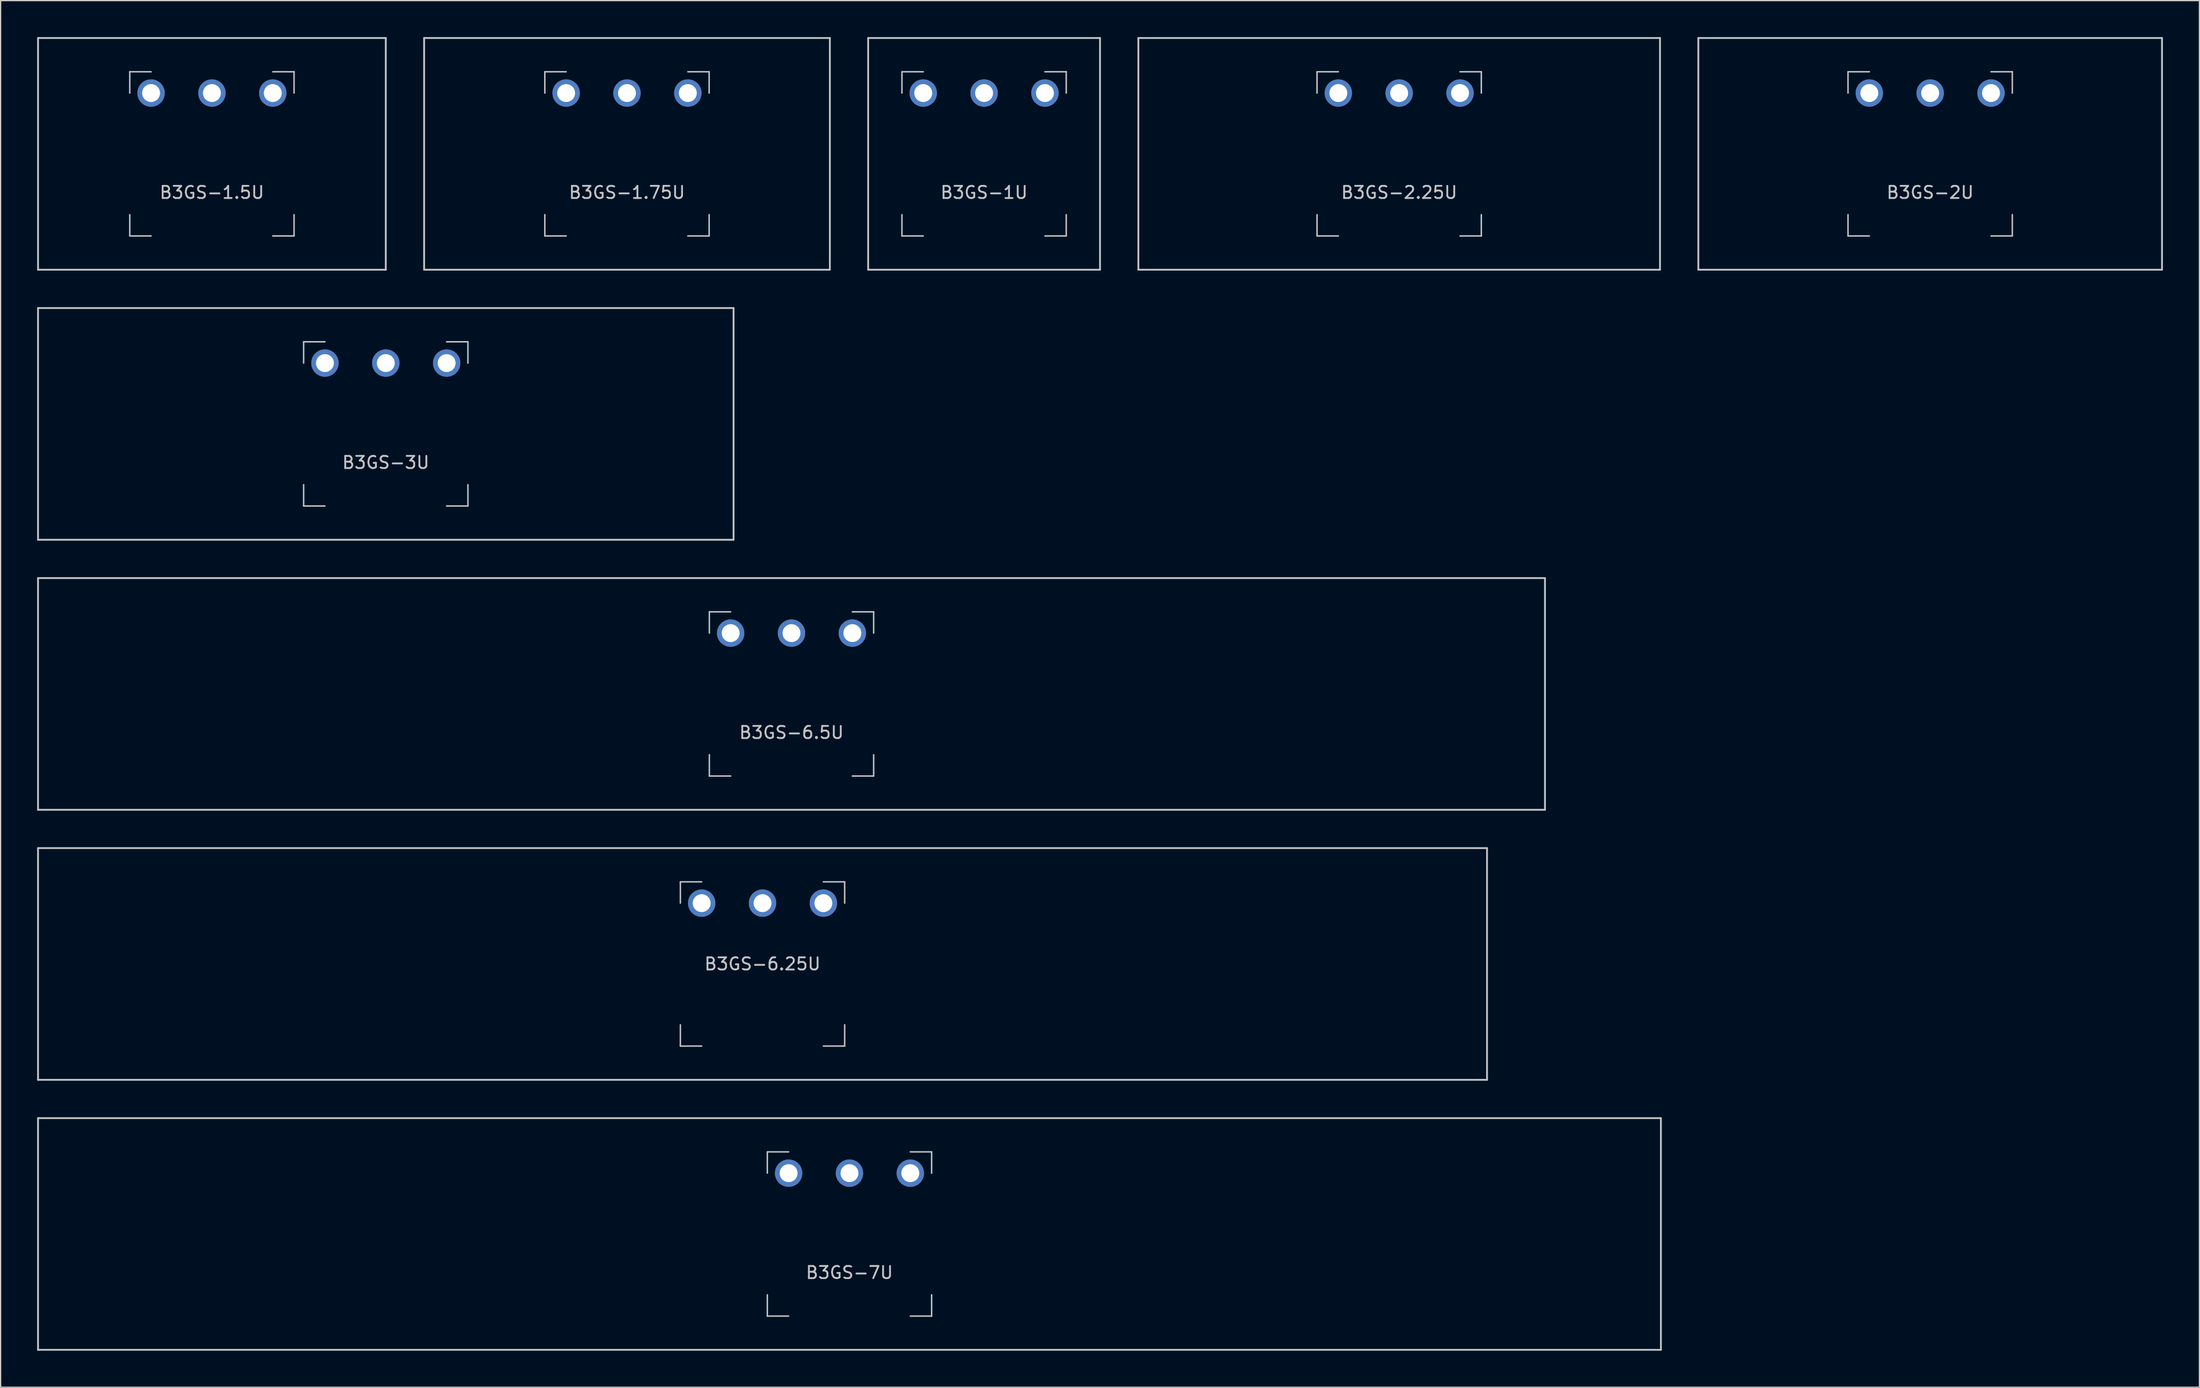
<source format=kicad_pcb>
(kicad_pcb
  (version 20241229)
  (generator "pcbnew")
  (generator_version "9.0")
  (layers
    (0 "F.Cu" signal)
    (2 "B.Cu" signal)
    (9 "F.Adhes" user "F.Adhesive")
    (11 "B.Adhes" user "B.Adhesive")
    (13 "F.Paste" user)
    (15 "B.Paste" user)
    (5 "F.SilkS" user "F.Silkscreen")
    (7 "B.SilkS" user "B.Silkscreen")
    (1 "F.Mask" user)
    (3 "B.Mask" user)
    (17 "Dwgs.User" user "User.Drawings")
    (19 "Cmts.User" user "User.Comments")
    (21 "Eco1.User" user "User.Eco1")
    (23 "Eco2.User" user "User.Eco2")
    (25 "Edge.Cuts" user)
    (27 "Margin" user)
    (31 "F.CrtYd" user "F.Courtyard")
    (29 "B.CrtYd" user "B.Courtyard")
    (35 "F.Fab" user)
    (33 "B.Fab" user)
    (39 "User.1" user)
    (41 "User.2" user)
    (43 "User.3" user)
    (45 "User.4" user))
  (footprint "B3GS-1U"
    (layer "F.Cu")
    (at 77.812 9.6)
    (property "Reference" "B3GS-1U" (at 0 3.175 0) (layer "Dwgs.User") (effects (font (size 1 1) (thickness 0.15))))
    (attr through_hole)
    (fp_line (start -9.525 -9.525) (end 9.525 -9.525) (stroke (width 0.15) (type solid)) (layer "Dwgs.User"))
    (fp_line (start -9.525 9.525) (end -9.525 -9.525) (stroke (width 0.15) (type solid)) (layer "Dwgs.User"))
    (fp_line (start -9.525 9.525) (end 9.525 9.525) (stroke (width 0.15) (type solid)) (layer "Dwgs.User"))
    (fp_line (start -6.75 -6.75) (end -6.75 -5) (stroke (width 0.12) (type solid)) (layer "Dwgs.User"))
    (fp_line (start -6.75 5) (end -6.75 6.75) (stroke (width 0.12) (type solid)) (layer "Dwgs.User"))
    (fp_line (start -6.75 6.75) (end -5 6.75) (stroke (width 0.12) (type solid)) (layer "Dwgs.User"))
    (fp_line (start -5 -6.75) (end -6.75 -6.75) (stroke (width 0.12) (type solid)) (layer "Dwgs.User"))
    (fp_line (start 6.75 -6.75) (end 5 -6.75) (stroke (width 0.12) (type solid)) (layer "Dwgs.User"))
    (fp_line (start 6.75 -5) (end 6.75 -6.75) (stroke (width 0.12) (type solid)) (layer "Dwgs.User"))
    (fp_line (start 6.75 5) (end 6.75 6.75) (stroke (width 0.12) (type solid)) (layer "Dwgs.User"))
    (fp_line (start 6.75 6.75) (end 5 6.75) (stroke (width 0.12) (type solid)) (layer "Dwgs.User"))
    (fp_line (start 9.525 -9.525) (end 9.525 9.525) (stroke (width 0.15) (type solid)) (layer "Dwgs.User"))
    (pad "1" thru_hole circle (at -5 -5) (size 2.25 2.25) (drill 1.47) (layers "*.Cu" "B.Mask"))
    (pad "1" thru_hole circle (at 5 -5 180) (size 2.25 2.25) (drill 1.47) (layers "*.Cu" "B.Mask"))
    (pad "2" thru_hole circle (at 0 -5) (size 2.25 2.25) (drill 1.47) (layers "*.Cu" "B.Mask")))
  (footprint "B3GS-6.5U"
    (layer "F.Cu")
    (at 61.987 54)
    (property "Reference" "B3GS-6.5U" (at 0 3.175 0) (layer "Dwgs.User") (effects (font (size 1 1) (thickness 0.15))))
    (attr through_hole)
    (fp_line (start -61.913 -9.525) (end 61.913 -9.525) (stroke (width 0.15) (type solid)) (layer "Dwgs.User"))
    (fp_line (start -61.913 9.525) (end -61.913 -9.525) (stroke (width 0.15) (type solid)) (layer "Dwgs.User"))
    (fp_line (start -61.913 9.525) (end 61.913 9.525) (stroke (width 0.15) (type solid)) (layer "Dwgs.User"))
    (fp_line (start -6.75 -6.75) (end -6.75 -5) (stroke (width 0.12) (type solid)) (layer "Dwgs.User"))
    (fp_line (start -6.75 5) (end -6.75 6.75) (stroke (width 0.12) (type solid)) (layer "Dwgs.User"))
    (fp_line (start -6.75 6.75) (end -5 6.75) (stroke (width 0.12) (type solid)) (layer "Dwgs.User"))
    (fp_line (start -5 -6.75) (end -6.75 -6.75) (stroke (width 0.12) (type solid)) (layer "Dwgs.User"))
    (fp_line (start 6.75 -6.75) (end 5 -6.75) (stroke (width 0.12) (type solid)) (layer "Dwgs.User"))
    (fp_line (start 6.75 -5) (end 6.75 -6.75) (stroke (width 0.12) (type solid)) (layer "Dwgs.User"))
    (fp_line (start 6.75 5) (end 6.75 6.75) (stroke (width 0.12) (type solid)) (layer "Dwgs.User"))
    (fp_line (start 6.75 6.75) (end 5 6.75) (stroke (width 0.12) (type solid)) (layer "Dwgs.User"))
    (fp_line (start 61.913 -9.525) (end 61.913 9.525) (stroke (width 0.15) (type solid)) (layer "Dwgs.User"))
    (pad "1" thru_hole circle (at -5 -5) (size 2.25 2.25) (drill 1.47) (layers "*.Cu" "B.Mask"))
    (pad "1" thru_hole circle (at 5 -5 180) (size 2.25 2.25) (drill 1.47) (layers "*.Cu" "B.Mask"))
    (pad "2" thru_hole circle (at 0 -5) (size 2.25 2.25) (drill 1.47) (layers "*.Cu" "B.Mask")))
  (footprint "B3GS-7U"
    (layer "F.Cu")
    (at 66.75 98.4)
    (property "Reference" "B3GS-7U" (at 0 3.175 0) (layer "Dwgs.User") (effects (font (size 1 1) (thickness 0.15))))
    (attr through_hole)
    (fp_line (start -66.675 -9.525) (end 66.675 -9.525) (stroke (width 0.15) (type solid)) (layer "Dwgs.User"))
    (fp_line (start -66.675 9.525) (end -66.675 -9.525) (stroke (width 0.15) (type solid)) (layer "Dwgs.User"))
    (fp_line (start -66.675 9.525) (end 66.675 9.525) (stroke (width 0.15) (type solid)) (layer "Dwgs.User"))
    (fp_line (start -6.75 -6.75) (end -6.75 -5) (stroke (width 0.12) (type solid)) (layer "Dwgs.User"))
    (fp_line (start -6.75 5) (end -6.75 6.75) (stroke (width 0.12) (type solid)) (layer "Dwgs.User"))
    (fp_line (start -6.75 6.75) (end -5 6.75) (stroke (width 0.12) (type solid)) (layer "Dwgs.User"))
    (fp_line (start -5 -6.75) (end -6.75 -6.75) (stroke (width 0.12) (type solid)) (layer "Dwgs.User"))
    (fp_line (start 6.75 -6.75) (end 5 -6.75) (stroke (width 0.12) (type solid)) (layer "Dwgs.User"))
    (fp_line (start 6.75 -5) (end 6.75 -6.75) (stroke (width 0.12) (type solid)) (layer "Dwgs.User"))
    (fp_line (start 6.75 5) (end 6.75 6.75) (stroke (width 0.12) (type solid)) (layer "Dwgs.User"))
    (fp_line (start 6.75 6.75) (end 5 6.75) (stroke (width 0.12) (type solid)) (layer "Dwgs.User"))
    (fp_line (start 66.675 -9.525) (end 66.675 9.525) (stroke (width 0.15) (type solid)) (layer "Dwgs.User"))
    (pad "1" thru_hole circle (at -5 -5) (size 2.25 2.25) (drill 1.47) (layers "*.Cu" "B.Mask"))
    (pad "1" thru_hole circle (at 5 -5 180) (size 2.25 2.25) (drill 1.47) (layers "*.Cu" "B.Mask"))
    (pad "2" thru_hole circle (at 0 -5) (size 2.25 2.25) (drill 1.47) (layers "*.Cu" "B.Mask")))
  (footprint "B3GS-1.5U"
    (layer "F.Cu")
    (at 14.363 9.6)
    (property "Reference" "B3GS-1.5U" (at 0 3.175 0) (layer "Dwgs.User") (effects (font (size 1 1) (thickness 0.15))))
    (attr through_hole)
    (fp_line (start -14.287 -9.525) (end 14.287 -9.525) (stroke (width 0.15) (type solid)) (layer "Dwgs.User"))
    (fp_line (start -14.287 9.525) (end -14.287 -9.525) (stroke (width 0.15) (type solid)) (layer "Dwgs.User"))
    (fp_line (start -14.287 9.525) (end 14.287 9.525) (stroke (width 0.15) (type solid)) (layer "Dwgs.User"))
    (fp_line (start -6.75 -6.75) (end -6.75 -5) (stroke (width 0.12) (type solid)) (layer "Dwgs.User"))
    (fp_line (start -6.75 5) (end -6.75 6.75) (stroke (width 0.12) (type solid)) (layer "Dwgs.User"))
    (fp_line (start -6.75 6.75) (end -5 6.75) (stroke (width 0.12) (type solid)) (layer "Dwgs.User"))
    (fp_line (start -5 -6.75) (end -6.75 -6.75) (stroke (width 0.12) (type solid)) (layer "Dwgs.User"))
    (fp_line (start 6.75 -6.75) (end 5 -6.75) (stroke (width 0.12) (type solid)) (layer "Dwgs.User"))
    (fp_line (start 6.75 -5) (end 6.75 -6.75) (stroke (width 0.12) (type solid)) (layer "Dwgs.User"))
    (fp_line (start 6.75 5) (end 6.75 6.75) (stroke (width 0.12) (type solid)) (layer "Dwgs.User"))
    (fp_line (start 6.75 6.75) (end 5 6.75) (stroke (width 0.12) (type solid)) (layer "Dwgs.User"))
    (fp_line (start 14.287 -9.525) (end 14.287 9.525) (stroke (width 0.15) (type solid)) (layer "Dwgs.User"))
    (pad "1" thru_hole circle (at -5 -5) (size 2.25 2.25) (drill 1.47) (layers "*.Cu" "B.Mask"))
    (pad "1" thru_hole circle (at 5 -5 180) (size 2.25 2.25) (drill 1.47) (layers "*.Cu" "B.Mask"))
    (pad "2" thru_hole circle (at 0 -5) (size 2.25 2.25) (drill 1.47) (layers "*.Cu" "B.Mask")))
  (footprint "B3GS-3U"
    (layer "F.Cu")
    (at 28.65 31.8)
    (property "Reference" "B3GS-3U" (at 0 3.175 0) (layer "Dwgs.User") (effects (font (size 1 1) (thickness 0.15))))
    (attr through_hole)
    (fp_line (start -28.575 -9.525) (end 28.575 -9.525) (stroke (width 0.15) (type solid)) (layer "Dwgs.User"))
    (fp_line (start -28.575 9.525) (end -28.575 -9.525) (stroke (width 0.15) (type solid)) (layer "Dwgs.User"))
    (fp_line (start -28.575 9.525) (end 28.575 9.525) (stroke (width 0.15) (type solid)) (layer "Dwgs.User"))
    (fp_line (start -6.75 -6.75) (end -6.75 -5) (stroke (width 0.12) (type solid)) (layer "Dwgs.User"))
    (fp_line (start -6.75 5) (end -6.75 6.75) (stroke (width 0.12) (type solid)) (layer "Dwgs.User"))
    (fp_line (start -6.75 6.75) (end -5 6.75) (stroke (width 0.12) (type solid)) (layer "Dwgs.User"))
    (fp_line (start -5 -6.75) (end -6.75 -6.75) (stroke (width 0.12) (type solid)) (layer "Dwgs.User"))
    (fp_line (start 6.75 -6.75) (end 5 -6.75) (stroke (width 0.12) (type solid)) (layer "Dwgs.User"))
    (fp_line (start 6.75 -5) (end 6.75 -6.75) (stroke (width 0.12) (type solid)) (layer "Dwgs.User"))
    (fp_line (start 6.75 5) (end 6.75 6.75) (stroke (width 0.12) (type solid)) (layer "Dwgs.User"))
    (fp_line (start 6.75 6.75) (end 5 6.75) (stroke (width 0.12) (type solid)) (layer "Dwgs.User"))
    (fp_line (start 28.575 -9.525) (end 28.575 9.525) (stroke (width 0.15) (type solid)) (layer "Dwgs.User"))
    (pad "1" thru_hole circle (at -5 -5) (size 2.25 2.25) (drill 1.47) (layers "*.Cu" "B.Mask"))
    (pad "1" thru_hole circle (at 5 -5 180) (size 2.25 2.25) (drill 1.47) (layers "*.Cu" "B.Mask"))
    (pad "2" thru_hole circle (at 0 -5) (size 2.25 2.25) (drill 1.47) (layers "*.Cu" "B.Mask")))
  (footprint "B3GS-2U"
    (layer "F.Cu")
    (at 155.55 9.6)
    (property "Reference" "B3GS-2U" (at 0 3.175 0) (layer "Dwgs.User") (effects (font (size 1 1) (thickness 0.15))))
    (attr through_hole)
    (fp_line (start -19.05 -9.525) (end 19.05 -9.525) (stroke (width 0.15) (type solid)) (layer "Dwgs.User"))
    (fp_line (start -19.05 9.525) (end -19.05 -9.525) (stroke (width 0.15) (type solid)) (layer "Dwgs.User"))
    (fp_line (start -19.05 9.525) (end 19.05 9.525) (stroke (width 0.15) (type solid)) (layer "Dwgs.User"))
    (fp_line (start -6.75 -6.75) (end -6.75 -5) (stroke (width 0.12) (type solid)) (layer "Dwgs.User"))
    (fp_line (start -6.75 5) (end -6.75 6.75) (stroke (width 0.12) (type solid)) (layer "Dwgs.User"))
    (fp_line (start -6.75 6.75) (end -5 6.75) (stroke (width 0.12) (type solid)) (layer "Dwgs.User"))
    (fp_line (start -5 -6.75) (end -6.75 -6.75) (stroke (width 0.12) (type solid)) (layer "Dwgs.User"))
    (fp_line (start 6.75 -6.75) (end 5 -6.75) (stroke (width 0.12) (type solid)) (layer "Dwgs.User"))
    (fp_line (start 6.75 -5) (end 6.75 -6.75) (stroke (width 0.12) (type solid)) (layer "Dwgs.User"))
    (fp_line (start 6.75 5) (end 6.75 6.75) (stroke (width 0.12) (type solid)) (layer "Dwgs.User"))
    (fp_line (start 6.75 6.75) (end 5 6.75) (stroke (width 0.12) (type solid)) (layer "Dwgs.User"))
    (fp_line (start 19.05 -9.525) (end 19.05 9.525) (stroke (width 0.15) (type solid)) (layer "Dwgs.User"))
    (pad "1" thru_hole circle (at -5 -5) (size 2.25 2.25) (drill 1.47) (layers "*.Cu" "B.Mask"))
    (pad "1" thru_hole circle (at 5 -5 180) (size 2.25 2.25) (drill 1.47) (layers "*.Cu" "B.Mask"))
    (pad "2" thru_hole circle (at 0 -5) (size 2.25 2.25) (drill 1.47) (layers "*.Cu" "B.Mask")))
  (footprint "B3GS-2.25U"
    (layer "F.Cu")
    (at 111.919 9.6)
    (property "Reference" "B3GS-2.25U" (at 0 3.175 0) (layer "Dwgs.User") (effects (font (size 1 1) (thickness 0.15))))
    (attr through_hole)
    (fp_line (start -21.431 -9.525) (end 21.431 -9.525) (stroke (width 0.15) (type solid)) (layer "Dwgs.User"))
    (fp_line (start -21.431 9.525) (end -21.431 -9.525) (stroke (width 0.15) (type solid)) (layer "Dwgs.User"))
    (fp_line (start -21.431 9.525) (end 21.431 9.525) (stroke (width 0.15) (type solid)) (layer "Dwgs.User"))
    (fp_line (start -6.75 -6.75) (end -6.75 -5) (stroke (width 0.12) (type solid)) (layer "Dwgs.User"))
    (fp_line (start -6.75 5) (end -6.75 6.75) (stroke (width 0.12) (type solid)) (layer "Dwgs.User"))
    (fp_line (start -6.75 6.75) (end -5 6.75) (stroke (width 0.12) (type solid)) (layer "Dwgs.User"))
    (fp_line (start -5 -6.75) (end -6.75 -6.75) (stroke (width 0.12) (type solid)) (layer "Dwgs.User"))
    (fp_line (start 6.75 -6.75) (end 5 -6.75) (stroke (width 0.12) (type solid)) (layer "Dwgs.User"))
    (fp_line (start 6.75 -5) (end 6.75 -6.75) (stroke (width 0.12) (type solid)) (layer "Dwgs.User"))
    (fp_line (start 6.75 5) (end 6.75 6.75) (stroke (width 0.12) (type solid)) (layer "Dwgs.User"))
    (fp_line (start 6.75 6.75) (end 5 6.75) (stroke (width 0.12) (type solid)) (layer "Dwgs.User"))
    (fp_line (start 21.431 -9.525) (end 21.431 9.525) (stroke (width 0.15) (type solid)) (layer "Dwgs.User"))
    (pad "1" thru_hole circle (at -5 -5) (size 2.25 2.25) (drill 1.47) (layers "*.Cu" "B.Mask"))
    (pad "1" thru_hole circle (at 5 -5 180) (size 2.25 2.25) (drill 1.47) (layers "*.Cu" "B.Mask"))
    (pad "2" thru_hole circle (at 0 -5) (size 2.25 2.25) (drill 1.47) (layers "*.Cu" "B.Mask")))
  (footprint "B3GS-1.75U"
    (layer "F.Cu")
    (at 48.469 9.6)
    (property "Reference" "B3GS-1.75U" (at 0 3.175 0) (layer "Dwgs.User") (effects (font (size 1 1) (thickness 0.15))))
    (attr through_hole)
    (fp_line (start -16.669 -9.525) (end 16.669 -9.525) (stroke (width 0.15) (type solid)) (layer "Dwgs.User"))
    (fp_line (start -16.669 9.525) (end -16.669 -9.525) (stroke (width 0.15) (type solid)) (layer "Dwgs.User"))
    (fp_line (start -16.669 9.525) (end 16.669 9.525) (stroke (width 0.15) (type solid)) (layer "Dwgs.User"))
    (fp_line (start -6.75 -6.75) (end -6.75 -5) (stroke (width 0.12) (type solid)) (layer "Dwgs.User"))
    (fp_line (start -6.75 5) (end -6.75 6.75) (stroke (width 0.12) (type solid)) (layer "Dwgs.User"))
    (fp_line (start -6.75 6.75) (end -5 6.75) (stroke (width 0.12) (type solid)) (layer "Dwgs.User"))
    (fp_line (start -5 -6.75) (end -6.75 -6.75) (stroke (width 0.12) (type solid)) (layer "Dwgs.User"))
    (fp_line (start 6.75 -6.75) (end 5 -6.75) (stroke (width 0.12) (type solid)) (layer "Dwgs.User"))
    (fp_line (start 6.75 -5) (end 6.75 -6.75) (stroke (width 0.12) (type solid)) (layer "Dwgs.User"))
    (fp_line (start 6.75 5) (end 6.75 6.75) (stroke (width 0.12) (type solid)) (layer "Dwgs.User"))
    (fp_line (start 6.75 6.75) (end 5 6.75) (stroke (width 0.12) (type solid)) (layer "Dwgs.User"))
    (fp_line (start 16.669 -9.525) (end 16.669 9.525) (stroke (width 0.15) (type solid)) (layer "Dwgs.User"))
    (pad "1" thru_hole circle (at -5 -5) (size 2.25 2.25) (drill 1.47) (layers "*.Cu" "B.Mask"))
    (pad "1" thru_hole circle (at 5 -5 180) (size 2.25 2.25) (drill 1.47) (layers "*.Cu" "B.Mask"))
    (pad "2" thru_hole circle (at 0 -5) (size 2.25 2.25) (drill 1.47) (layers "*.Cu" "B.Mask")))
  (footprint "B3GS-6.25U"
    (layer "F.Cu")
    (at 59.606 76.2)
    (property "Reference" "B3GS-6.25U" (at 0 0 0) (layer "Dwgs.User") (effects (font (size 1 1) (thickness 0.15))))
    (attr through_hole)
    (fp_line (start -59.531 -9.525) (end 59.531 -9.525) (stroke (width 0.15) (type solid)) (layer "Dwgs.User"))
    (fp_line (start -59.531 9.525) (end -59.531 -9.525) (stroke (width 0.15) (type solid)) (layer "Dwgs.User"))
    (fp_line (start -59.531 9.525) (end 59.531 9.525) (stroke (width 0.15) (type solid)) (layer "Dwgs.User"))
    (fp_line (start -6.75 -6.75) (end -6.75 -5) (stroke (width 0.12) (type solid)) (layer "Dwgs.User"))
    (fp_line (start -6.75 5) (end -6.75 6.75) (stroke (width 0.12) (type solid)) (layer "Dwgs.User"))
    (fp_line (start -6.75 6.75) (end -5 6.75) (stroke (width 0.12) (type solid)) (layer "Dwgs.User"))
    (fp_line (start -5 -6.75) (end -6.75 -6.75) (stroke (width 0.12) (type solid)) (layer "Dwgs.User"))
    (fp_line (start 6.75 -6.75) (end 5 -6.75) (stroke (width 0.12) (type solid)) (layer "Dwgs.User"))
    (fp_line (start 6.75 -5) (end 6.75 -6.75) (stroke (width 0.12) (type solid)) (layer "Dwgs.User"))
    (fp_line (start 6.75 5) (end 6.75 6.75) (stroke (width 0.12) (type solid)) (layer "Dwgs.User"))
    (fp_line (start 6.75 6.75) (end 5 6.75) (stroke (width 0.12) (type solid)) (layer "Dwgs.User"))
    (fp_line (start 59.531 -9.525) (end 59.531 9.525) (stroke (width 0.15) (type solid)) (layer "Dwgs.User"))
    (pad "1" thru_hole circle (at -5 -5) (size 2.25 2.25) (drill 1.47) (layers "*.Cu" "B.Mask"))
    (pad "1" thru_hole circle (at 5 -5 180) (size 2.25 2.25) (drill 1.47) (layers "*.Cu" "B.Mask"))
    (pad "2" thru_hole circle (at 0 -5) (size 2.25 2.25) (drill 1.47) (layers "*.Cu" "B.Mask")))
  (gr_rect
    (start -3 -3)
    (end 177.675 111)
    (stroke (width 0.1) (type default))
    (fill no)
    (layer "Edge.Cuts")))
</source>
